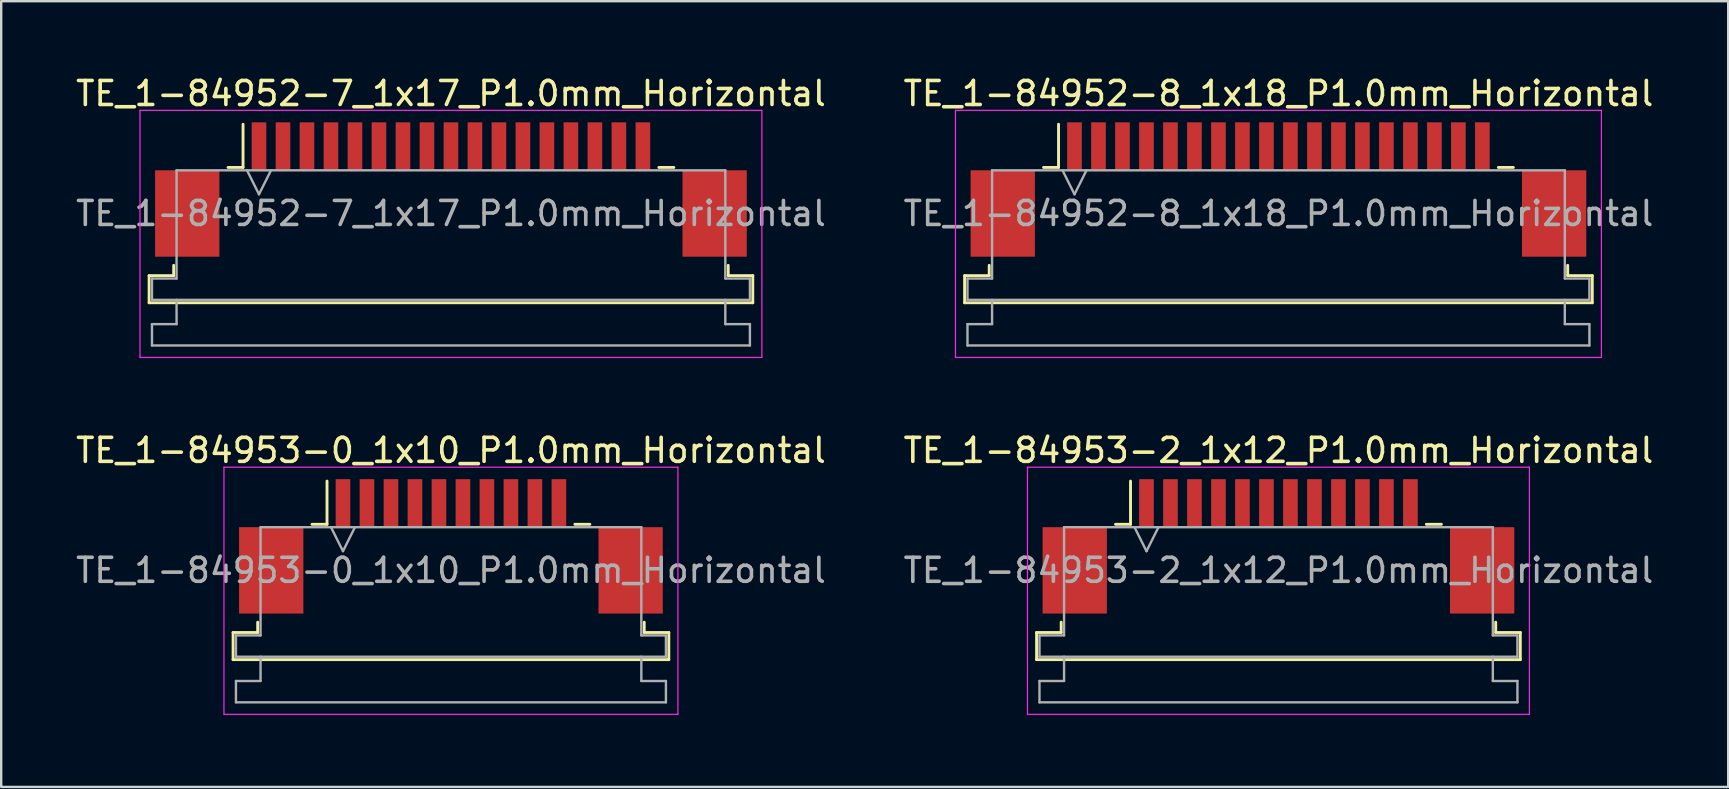
<source format=kicad_pcb>
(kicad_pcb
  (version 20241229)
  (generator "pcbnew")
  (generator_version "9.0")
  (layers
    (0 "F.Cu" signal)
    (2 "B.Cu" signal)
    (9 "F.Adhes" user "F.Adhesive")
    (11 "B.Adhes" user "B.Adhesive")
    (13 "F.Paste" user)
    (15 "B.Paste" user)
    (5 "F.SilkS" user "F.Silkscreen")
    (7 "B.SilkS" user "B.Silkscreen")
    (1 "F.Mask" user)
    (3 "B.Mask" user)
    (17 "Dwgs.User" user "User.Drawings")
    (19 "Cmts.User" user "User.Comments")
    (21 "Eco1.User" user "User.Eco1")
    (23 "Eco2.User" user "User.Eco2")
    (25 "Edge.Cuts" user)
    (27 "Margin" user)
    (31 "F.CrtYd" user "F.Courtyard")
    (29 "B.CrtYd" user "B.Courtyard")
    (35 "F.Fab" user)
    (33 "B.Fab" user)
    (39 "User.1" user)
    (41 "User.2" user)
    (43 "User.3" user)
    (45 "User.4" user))
  (footprint "TE_1-84953-0_1x10_P1.0mm_Horizontal"
    (layer "F.Cu")
    (at 15.744 19.721)
    (property "Reference" "TE_1-84953-0_1x10_P1.0mm_Horizontal" (at 0 -4 0) (layer "F.SilkS") (effects (font (size 1 1) (thickness 0.15))))
    (attr smd)
    (fp_line (start -9.08 3.59) (end -8.055 3.59) (stroke (width 0.12) (type solid)) (layer "F.SilkS"))
    (fp_line (start -9.08 4.72) (end -9.08 3.59) (stroke (width 0.12) (type solid)) (layer "F.SilkS"))
    (fp_line (start -8.055 3.59) (end -8.055 3.16) (stroke (width 0.12) (type solid)) (layer "F.SilkS"))
    (fp_line (start -5.79 -0.92) (end -5.165 -0.92) (stroke (width 0.12) (type solid)) (layer "F.SilkS"))
    (fp_line (start -5.165 -0.92) (end -5.165 -2.72) (stroke (width 0.12) (type solid)) (layer "F.SilkS"))
    (fp_line (start 5.165 -0.92) (end 5.79 -0.92) (stroke (width 0.12) (type solid)) (layer "F.SilkS"))
    (fp_line (start 8.055 3.16) (end 8.055 3.59) (stroke (width 0.12) (type solid)) (layer "F.SilkS"))
    (fp_line (start 8.055 3.59) (end 9.08 3.59) (stroke (width 0.12) (type solid)) (layer "F.SilkS"))
    (fp_line (start 9.08 3.59) (end 9.08 4.72) (stroke (width 0.12) (type solid)) (layer "F.SilkS"))
    (fp_line (start 9.08 4.72) (end -9.08 4.72) (stroke (width 0.12) (type solid)) (layer "F.SilkS"))
    (fp_line (start -9.46 -3.3) (end -9.46 7) (stroke (width 0.05) (type solid)) (layer "F.CrtYd"))
    (fp_line (start -9.46 7) (end 9.46 7) (stroke (width 0.05) (type solid)) (layer "F.CrtYd"))
    (fp_line (start 9.46 -3.3) (end -9.46 -3.3) (stroke (width 0.05) (type solid)) (layer "F.CrtYd"))
    (fp_line (start 9.46 7) (end 9.46 -3.3) (stroke (width 0.05) (type solid)) (layer "F.CrtYd"))
    (fp_line (start -8.96 3.71) (end -7.935 3.71) (stroke (width 0.1) (type solid)) (layer "F.Fab"))
    (fp_line (start -8.96 4.6) (end -8.96 3.71) (stroke (width 0.1) (type solid)) (layer "F.Fab"))
    (fp_line (start -8.96 5.61) (end -7.935 5.61) (stroke (width 0.1) (type solid)) (layer "F.Fab"))
    (fp_line (start -8.96 6.5) (end -8.96 5.61) (stroke (width 0.1) (type solid)) (layer "F.Fab"))
    (fp_line (start -7.935 -0.8) (end 7.935 -0.8) (stroke (width 0.1) (type solid)) (layer "F.Fab"))
    (fp_line (start -7.935 3.71) (end -7.935 -0.8) (stroke (width 0.1) (type solid)) (layer "F.Fab"))
    (fp_line (start -7.935 5.61) (end -7.935 4.6) (stroke (width 0.1) (type solid)) (layer "F.Fab"))
    (fp_line (start -5 -0.8) (end -4.5 0.2) (stroke (width 0.1) (type solid)) (layer "F.Fab"))
    (fp_line (start -4.5 0.2) (end -4 -0.8) (stroke (width 0.1) (type solid)) (layer "F.Fab"))
    (fp_line (start 7.935 -0.8) (end 7.935 3.71) (stroke (width 0.1) (type solid)) (layer "F.Fab"))
    (fp_line (start 7.935 3.71) (end 8.96 3.71) (stroke (width 0.1) (type solid)) (layer "F.Fab"))
    (fp_line (start 7.935 4.6) (end 7.935 5.61) (stroke (width 0.1) (type solid)) (layer "F.Fab"))
    (fp_line (start 7.935 5.61) (end 8.96 5.61) (stroke (width 0.1) (type solid)) (layer "F.Fab"))
    (fp_line (start 8.96 3.71) (end 8.96 4.6) (stroke (width 0.1) (type solid)) (layer "F.Fab"))
    (fp_line (start 8.96 4.6) (end -8.96 4.6) (stroke (width 0.1) (type solid)) (layer "F.Fab"))
    (fp_line (start 8.96 5.61) (end 8.96 6.5) (stroke (width 0.1) (type solid)) (layer "F.Fab"))
    (fp_line (start 8.96 6.5) (end -8.96 6.5) (stroke (width 0.1) (type solid)) (layer "F.Fab"))
    (fp_text user "${REFERENCE}" (at 0 1 0) (layer "F.Fab") (effects (font (size 1 1) (thickness 0.15))))
    (pad "" smd rect (at -7.49 1) (size 2.68 3.6) (layers "F.Cu" "F.Mask" "F.Paste"))
    (pad "" smd rect (at 7.49 1) (size 2.68 3.6) (layers "F.Cu" "F.Mask" "F.Paste"))
    (pad "1" smd rect (at -4.5 -1.8) (size 0.61 2) (layers "F.Cu" "F.Mask" "F.Paste"))
    (pad "2" smd rect (at -3.5 -1.8) (size 0.61 2) (layers "F.Cu" "F.Mask" "F.Paste"))
    (pad "3" smd rect (at -2.5 -1.8) (size 0.61 2) (layers "F.Cu" "F.Mask" "F.Paste"))
    (pad "4" smd rect (at -1.5 -1.8) (size 0.61 2) (layers "F.Cu" "F.Mask" "F.Paste"))
    (pad "5" smd rect (at -0.5 -1.8) (size 0.61 2) (layers "F.Cu" "F.Mask" "F.Paste"))
    (pad "6" smd rect (at 0.5 -1.8) (size 0.61 2) (layers "F.Cu" "F.Mask" "F.Paste"))
    (pad "7" smd rect (at 1.5 -1.8) (size 0.61 2) (layers "F.Cu" "F.Mask" "F.Paste"))
    (pad "8" smd rect (at 2.5 -1.8) (size 0.61 2) (layers "F.Cu" "F.Mask" "F.Paste"))
    (pad "9" smd rect (at 3.5 -1.8) (size 0.61 2) (layers "F.Cu" "F.Mask" "F.Paste"))
    (pad "10" smd rect (at 4.5 -1.8) (size 0.61 2) (layers "F.Cu" "F.Mask" "F.Paste")))
  (footprint "TE_1-84953-2_1x12_P1.0mm_Horizontal"
    (layer "F.Cu")
    (at 50.232 19.721)
    (property "Reference" "TE_1-84953-2_1x12_P1.0mm_Horizontal" (at 0 -4 0) (layer "F.SilkS") (effects (font (size 1 1) (thickness 0.15))))
    (attr smd)
    (fp_line (start -10.08 3.59) (end -9.055 3.59) (stroke (width 0.12) (type solid)) (layer "F.SilkS"))
    (fp_line (start -10.08 4.72) (end -10.08 3.59) (stroke (width 0.12) (type solid)) (layer "F.SilkS"))
    (fp_line (start -9.055 3.59) (end -9.055 3.16) (stroke (width 0.12) (type solid)) (layer "F.SilkS"))
    (fp_line (start -6.79 -0.92) (end -6.165 -0.92) (stroke (width 0.12) (type solid)) (layer "F.SilkS"))
    (fp_line (start -6.165 -0.92) (end -6.165 -2.72) (stroke (width 0.12) (type solid)) (layer "F.SilkS"))
    (fp_line (start 6.165 -0.92) (end 6.79 -0.92) (stroke (width 0.12) (type solid)) (layer "F.SilkS"))
    (fp_line (start 9.055 3.16) (end 9.055 3.59) (stroke (width 0.12) (type solid)) (layer "F.SilkS"))
    (fp_line (start 9.055 3.59) (end 10.08 3.59) (stroke (width 0.12) (type solid)) (layer "F.SilkS"))
    (fp_line (start 10.08 3.59) (end 10.08 4.72) (stroke (width 0.12) (type solid)) (layer "F.SilkS"))
    (fp_line (start 10.08 4.72) (end -10.08 4.72) (stroke (width 0.12) (type solid)) (layer "F.SilkS"))
    (fp_line (start -10.46 -3.3) (end -10.46 7) (stroke (width 0.05) (type solid)) (layer "F.CrtYd"))
    (fp_line (start -10.46 7) (end 10.46 7) (stroke (width 0.05) (type solid)) (layer "F.CrtYd"))
    (fp_line (start 10.46 -3.3) (end -10.46 -3.3) (stroke (width 0.05) (type solid)) (layer "F.CrtYd"))
    (fp_line (start 10.46 7) (end 10.46 -3.3) (stroke (width 0.05) (type solid)) (layer "F.CrtYd"))
    (fp_line (start -9.96 3.71) (end -8.935 3.71) (stroke (width 0.1) (type solid)) (layer "F.Fab"))
    (fp_line (start -9.96 4.6) (end -9.96 3.71) (stroke (width 0.1) (type solid)) (layer "F.Fab"))
    (fp_line (start -9.96 5.61) (end -8.935 5.61) (stroke (width 0.1) (type solid)) (layer "F.Fab"))
    (fp_line (start -9.96 6.5) (end -9.96 5.61) (stroke (width 0.1) (type solid)) (layer "F.Fab"))
    (fp_line (start -8.935 -0.8) (end 8.935 -0.8) (stroke (width 0.1) (type solid)) (layer "F.Fab"))
    (fp_line (start -8.935 3.71) (end -8.935 -0.8) (stroke (width 0.1) (type solid)) (layer "F.Fab"))
    (fp_line (start -8.935 5.61) (end -8.935 4.6) (stroke (width 0.1) (type solid)) (layer "F.Fab"))
    (fp_line (start -6 -0.8) (end -5.5 0.2) (stroke (width 0.1) (type solid)) (layer "F.Fab"))
    (fp_line (start -5.5 0.2) (end -5 -0.8) (stroke (width 0.1) (type solid)) (layer "F.Fab"))
    (fp_line (start 8.935 -0.8) (end 8.935 3.71) (stroke (width 0.1) (type solid)) (layer "F.Fab"))
    (fp_line (start 8.935 3.71) (end 9.96 3.71) (stroke (width 0.1) (type solid)) (layer "F.Fab"))
    (fp_line (start 8.935 4.6) (end 8.935 5.61) (stroke (width 0.1) (type solid)) (layer "F.Fab"))
    (fp_line (start 8.935 5.61) (end 9.96 5.61) (stroke (width 0.1) (type solid)) (layer "F.Fab"))
    (fp_line (start 9.96 3.71) (end 9.96 4.6) (stroke (width 0.1) (type solid)) (layer "F.Fab"))
    (fp_line (start 9.96 4.6) (end -9.96 4.6) (stroke (width 0.1) (type solid)) (layer "F.Fab"))
    (fp_line (start 9.96 5.61) (end 9.96 6.5) (stroke (width 0.1) (type solid)) (layer "F.Fab"))
    (fp_line (start 9.96 6.5) (end -9.96 6.5) (stroke (width 0.1) (type solid)) (layer "F.Fab"))
    (fp_text user "${REFERENCE}" (at 0 1 0) (layer "F.Fab") (effects (font (size 1 1) (thickness 0.15))))
    (pad "" smd rect (at -8.49 1) (size 2.68 3.6) (layers "F.Cu" "F.Mask" "F.Paste"))
    (pad "" smd rect (at 8.49 1) (size 2.68 3.6) (layers "F.Cu" "F.Mask" "F.Paste"))
    (pad "1" smd rect (at -5.5 -1.8) (size 0.61 2) (layers "F.Cu" "F.Mask" "F.Paste"))
    (pad "2" smd rect (at -4.5 -1.8) (size 0.61 2) (layers "F.Cu" "F.Mask" "F.Paste"))
    (pad "3" smd rect (at -3.5 -1.8) (size 0.61 2) (layers "F.Cu" "F.Mask" "F.Paste"))
    (pad "4" smd rect (at -2.5 -1.8) (size 0.61 2) (layers "F.Cu" "F.Mask" "F.Paste"))
    (pad "5" smd rect (at -1.5 -1.8) (size 0.61 2) (layers "F.Cu" "F.Mask" "F.Paste"))
    (pad "6" smd rect (at -0.5 -1.8) (size 0.61 2) (layers "F.Cu" "F.Mask" "F.Paste"))
    (pad "7" smd rect (at 0.5 -1.8) (size 0.61 2) (layers "F.Cu" "F.Mask" "F.Paste"))
    (pad "8" smd rect (at 1.5 -1.8) (size 0.61 2) (layers "F.Cu" "F.Mask" "F.Paste"))
    (pad "9" smd rect (at 2.5 -1.8) (size 0.61 2) (layers "F.Cu" "F.Mask" "F.Paste"))
    (pad "10" smd rect (at 3.5 -1.8) (size 0.61 2) (layers "F.Cu" "F.Mask" "F.Paste"))
    (pad "11" smd rect (at 4.5 -1.8) (size 0.61 2) (layers "F.Cu" "F.Mask" "F.Paste"))
    (pad "12" smd rect (at 5.5 -1.8) (size 0.61 2) (layers "F.Cu" "F.Mask" "F.Paste")))
  (footprint "TE_1-84952-8_1x18_P1.0mm_Horizontal"
    (layer "F.Cu")
    (at 50.232 4.848)
    (property "Reference" "TE_1-84952-8_1x18_P1.0mm_Horizontal" (at 0 -4 0) (layer "F.SilkS") (effects (font (size 1 1) (thickness 0.15))))
    (attr smd)
    (fp_line (start -13.08 3.59) (end -12.055 3.59) (stroke (width 0.12) (type solid)) (layer "F.SilkS"))
    (fp_line (start -13.08 4.72) (end -13.08 3.59) (stroke (width 0.12) (type solid)) (layer "F.SilkS"))
    (fp_line (start -12.055 3.59) (end -12.055 3.16) (stroke (width 0.12) (type solid)) (layer "F.SilkS"))
    (fp_line (start -9.79 -0.92) (end -9.165 -0.92) (stroke (width 0.12) (type solid)) (layer "F.SilkS"))
    (fp_line (start -9.165 -0.92) (end -9.165 -2.72) (stroke (width 0.12) (type solid)) (layer "F.SilkS"))
    (fp_line (start 9.165 -0.92) (end 9.79 -0.92) (stroke (width 0.12) (type solid)) (layer "F.SilkS"))
    (fp_line (start 12.055 3.16) (end 12.055 3.59) (stroke (width 0.12) (type solid)) (layer "F.SilkS"))
    (fp_line (start 12.055 3.59) (end 13.08 3.59) (stroke (width 0.12) (type solid)) (layer "F.SilkS"))
    (fp_line (start 13.08 3.59) (end 13.08 4.72) (stroke (width 0.12) (type solid)) (layer "F.SilkS"))
    (fp_line (start 13.08 4.72) (end -13.08 4.72) (stroke (width 0.12) (type solid)) (layer "F.SilkS"))
    (fp_line (start -13.46 -3.3) (end -13.46 7) (stroke (width 0.05) (type solid)) (layer "F.CrtYd"))
    (fp_line (start -13.46 7) (end 13.46 7) (stroke (width 0.05) (type solid)) (layer "F.CrtYd"))
    (fp_line (start 13.46 -3.3) (end -13.46 -3.3) (stroke (width 0.05) (type solid)) (layer "F.CrtYd"))
    (fp_line (start 13.46 7) (end 13.46 -3.3) (stroke (width 0.05) (type solid)) (layer "F.CrtYd"))
    (fp_line (start -12.96 3.71) (end -11.935 3.71) (stroke (width 0.1) (type solid)) (layer "F.Fab"))
    (fp_line (start -12.96 4.6) (end -12.96 3.71) (stroke (width 0.1) (type solid)) (layer "F.Fab"))
    (fp_line (start -12.96 5.61) (end -11.935 5.61) (stroke (width 0.1) (type solid)) (layer "F.Fab"))
    (fp_line (start -12.96 6.5) (end -12.96 5.61) (stroke (width 0.1) (type solid)) (layer "F.Fab"))
    (fp_line (start -11.935 -0.8) (end 11.935 -0.8) (stroke (width 0.1) (type solid)) (layer "F.Fab"))
    (fp_line (start -11.935 3.71) (end -11.935 -0.8) (stroke (width 0.1) (type solid)) (layer "F.Fab"))
    (fp_line (start -11.935 5.61) (end -11.935 4.6) (stroke (width 0.1) (type solid)) (layer "F.Fab"))
    (fp_line (start -9 -0.8) (end -8.5 0.2) (stroke (width 0.1) (type solid)) (layer "F.Fab"))
    (fp_line (start -8.5 0.2) (end -8 -0.8) (stroke (width 0.1) (type solid)) (layer "F.Fab"))
    (fp_line (start 11.935 -0.8) (end 11.935 3.71) (stroke (width 0.1) (type solid)) (layer "F.Fab"))
    (fp_line (start 11.935 3.71) (end 12.96 3.71) (stroke (width 0.1) (type solid)) (layer "F.Fab"))
    (fp_line (start 11.935 4.6) (end 11.935 5.61) (stroke (width 0.1) (type solid)) (layer "F.Fab"))
    (fp_line (start 11.935 5.61) (end 12.96 5.61) (stroke (width 0.1) (type solid)) (layer "F.Fab"))
    (fp_line (start 12.96 3.71) (end 12.96 4.6) (stroke (width 0.1) (type solid)) (layer "F.Fab"))
    (fp_line (start 12.96 4.6) (end -12.96 4.6) (stroke (width 0.1) (type solid)) (layer "F.Fab"))
    (fp_line (start 12.96 5.61) (end 12.96 6.5) (stroke (width 0.1) (type solid)) (layer "F.Fab"))
    (fp_line (start 12.96 6.5) (end -12.96 6.5) (stroke (width 0.1) (type solid)) (layer "F.Fab"))
    (fp_text user "${REFERENCE}" (at 0 1 0) (layer "F.Fab") (effects (font (size 1 1) (thickness 0.15))))
    (pad "" smd rect (at -11.49 1) (size 2.68 3.6) (layers "F.Cu" "F.Mask" "F.Paste"))
    (pad "" smd rect (at 11.49 1) (size 2.68 3.6) (layers "F.Cu" "F.Mask" "F.Paste"))
    (pad "1" smd rect (at -8.5 -1.8) (size 0.61 2) (layers "F.Cu" "F.Mask" "F.Paste"))
    (pad "2" smd rect (at -7.5 -1.8) (size 0.61 2) (layers "F.Cu" "F.Mask" "F.Paste"))
    (pad "3" smd rect (at -6.5 -1.8) (size 0.61 2) (layers "F.Cu" "F.Mask" "F.Paste"))
    (pad "4" smd rect (at -5.5 -1.8) (size 0.61 2) (layers "F.Cu" "F.Mask" "F.Paste"))
    (pad "5" smd rect (at -4.5 -1.8) (size 0.61 2) (layers "F.Cu" "F.Mask" "F.Paste"))
    (pad "6" smd rect (at -3.5 -1.8) (size 0.61 2) (layers "F.Cu" "F.Mask" "F.Paste"))
    (pad "7" smd rect (at -2.5 -1.8) (size 0.61 2) (layers "F.Cu" "F.Mask" "F.Paste"))
    (pad "8" smd rect (at -1.5 -1.8) (size 0.61 2) (layers "F.Cu" "F.Mask" "F.Paste"))
    (pad "9" smd rect (at -0.5 -1.8) (size 0.61 2) (layers "F.Cu" "F.Mask" "F.Paste"))
    (pad "10" smd rect (at 0.5 -1.8) (size 0.61 2) (layers "F.Cu" "F.Mask" "F.Paste"))
    (pad "11" smd rect (at 1.5 -1.8) (size 0.61 2) (layers "F.Cu" "F.Mask" "F.Paste"))
    (pad "12" smd rect (at 2.5 -1.8) (size 0.61 2) (layers "F.Cu" "F.Mask" "F.Paste"))
    (pad "13" smd rect (at 3.5 -1.8) (size 0.61 2) (layers "F.Cu" "F.Mask" "F.Paste"))
    (pad "14" smd rect (at 4.5 -1.8) (size 0.61 2) (layers "F.Cu" "F.Mask" "F.Paste"))
    (pad "15" smd rect (at 5.5 -1.8) (size 0.61 2) (layers "F.Cu" "F.Mask" "F.Paste"))
    (pad "16" smd rect (at 6.5 -1.8) (size 0.61 2) (layers "F.Cu" "F.Mask" "F.Paste"))
    (pad "17" smd rect (at 7.5 -1.8) (size 0.61 2) (layers "F.Cu" "F.Mask" "F.Paste"))
    (pad "18" smd rect (at 8.5 -1.8) (size 0.61 2) (layers "F.Cu" "F.Mask" "F.Paste")))
  (footprint "TE_1-84952-7_1x17_P1.0mm_Horizontal"
    (layer "F.Cu")
    (at 15.744 4.848)
    (property "Reference" "TE_1-84952-7_1x17_P1.0mm_Horizontal" (at 0 -4 0) (layer "F.SilkS") (effects (font (size 1 1) (thickness 0.15))))
    (attr smd)
    (fp_line (start -12.58 3.59) (end -11.555 3.59) (stroke (width 0.12) (type solid)) (layer "F.SilkS"))
    (fp_line (start -12.58 4.72) (end -12.58 3.59) (stroke (width 0.12) (type solid)) (layer "F.SilkS"))
    (fp_line (start -11.555 3.59) (end -11.555 3.16) (stroke (width 0.12) (type solid)) (layer "F.SilkS"))
    (fp_line (start -9.29 -0.92) (end -8.665 -0.92) (stroke (width 0.12) (type solid)) (layer "F.SilkS"))
    (fp_line (start -8.665 -0.92) (end -8.665 -2.72) (stroke (width 0.12) (type solid)) (layer "F.SilkS"))
    (fp_line (start 8.665 -0.92) (end 9.29 -0.92) (stroke (width 0.12) (type solid)) (layer "F.SilkS"))
    (fp_line (start 11.555 3.16) (end 11.555 3.59) (stroke (width 0.12) (type solid)) (layer "F.SilkS"))
    (fp_line (start 11.555 3.59) (end 12.58 3.59) (stroke (width 0.12) (type solid)) (layer "F.SilkS"))
    (fp_line (start 12.58 3.59) (end 12.58 4.72) (stroke (width 0.12) (type solid)) (layer "F.SilkS"))
    (fp_line (start 12.58 4.72) (end -12.58 4.72) (stroke (width 0.12) (type solid)) (layer "F.SilkS"))
    (fp_line (start -12.96 -3.3) (end -12.96 7) (stroke (width 0.05) (type solid)) (layer "F.CrtYd"))
    (fp_line (start -12.96 7) (end 12.96 7) (stroke (width 0.05) (type solid)) (layer "F.CrtYd"))
    (fp_line (start 12.96 -3.3) (end -12.96 -3.3) (stroke (width 0.05) (type solid)) (layer "F.CrtYd"))
    (fp_line (start 12.96 7) (end 12.96 -3.3) (stroke (width 0.05) (type solid)) (layer "F.CrtYd"))
    (fp_line (start -12.46 3.71) (end -11.435 3.71) (stroke (width 0.1) (type solid)) (layer "F.Fab"))
    (fp_line (start -12.46 4.6) (end -12.46 3.71) (stroke (width 0.1) (type solid)) (layer "F.Fab"))
    (fp_line (start -12.46 5.61) (end -11.435 5.61) (stroke (width 0.1) (type solid)) (layer "F.Fab"))
    (fp_line (start -12.46 6.5) (end -12.46 5.61) (stroke (width 0.1) (type solid)) (layer "F.Fab"))
    (fp_line (start -11.435 -0.8) (end 11.435 -0.8) (stroke (width 0.1) (type solid)) (layer "F.Fab"))
    (fp_line (start -11.435 3.71) (end -11.435 -0.8) (stroke (width 0.1) (type solid)) (layer "F.Fab"))
    (fp_line (start -11.435 5.61) (end -11.435 4.6) (stroke (width 0.1) (type solid)) (layer "F.Fab"))
    (fp_line (start -8.5 -0.8) (end -8 0.2) (stroke (width 0.1) (type solid)) (layer "F.Fab"))
    (fp_line (start -8 0.2) (end -7.5 -0.8) (stroke (width 0.1) (type solid)) (layer "F.Fab"))
    (fp_line (start 11.435 -0.8) (end 11.435 3.71) (stroke (width 0.1) (type solid)) (layer "F.Fab"))
    (fp_line (start 11.435 3.71) (end 12.46 3.71) (stroke (width 0.1) (type solid)) (layer "F.Fab"))
    (fp_line (start 11.435 4.6) (end 11.435 5.61) (stroke (width 0.1) (type solid)) (layer "F.Fab"))
    (fp_line (start 11.435 5.61) (end 12.46 5.61) (stroke (width 0.1) (type solid)) (layer "F.Fab"))
    (fp_line (start 12.46 3.71) (end 12.46 4.6) (stroke (width 0.1) (type solid)) (layer "F.Fab"))
    (fp_line (start 12.46 4.6) (end -12.46 4.6) (stroke (width 0.1) (type solid)) (layer "F.Fab"))
    (fp_line (start 12.46 5.61) (end 12.46 6.5) (stroke (width 0.1) (type solid)) (layer "F.Fab"))
    (fp_line (start 12.46 6.5) (end -12.46 6.5) (stroke (width 0.1) (type solid)) (layer "F.Fab"))
    (fp_text user "${REFERENCE}" (at 0 1 0) (layer "F.Fab") (effects (font (size 1 1) (thickness 0.15))))
    (pad "" smd rect (at -10.99 1) (size 2.68 3.6) (layers "F.Cu" "F.Mask" "F.Paste"))
    (pad "" smd rect (at 10.99 1) (size 2.68 3.6) (layers "F.Cu" "F.Mask" "F.Paste"))
    (pad "1" smd rect (at -8 -1.8) (size 0.61 2) (layers "F.Cu" "F.Mask" "F.Paste"))
    (pad "2" smd rect (at -7 -1.8) (size 0.61 2) (layers "F.Cu" "F.Mask" "F.Paste"))
    (pad "3" smd rect (at -6 -1.8) (size 0.61 2) (layers "F.Cu" "F.Mask" "F.Paste"))
    (pad "4" smd rect (at -5 -1.8) (size 0.61 2) (layers "F.Cu" "F.Mask" "F.Paste"))
    (pad "5" smd rect (at -4 -1.8) (size 0.61 2) (layers "F.Cu" "F.Mask" "F.Paste"))
    (pad "6" smd rect (at -3 -1.8) (size 0.61 2) (layers "F.Cu" "F.Mask" "F.Paste"))
    (pad "7" smd rect (at -2 -1.8) (size 0.61 2) (layers "F.Cu" "F.Mask" "F.Paste"))
    (pad "8" smd rect (at -1 -1.8) (size 0.61 2) (layers "F.Cu" "F.Mask" "F.Paste"))
    (pad "9" smd rect (at 0 -1.8) (size 0.61 2) (layers "F.Cu" "F.Mask" "F.Paste"))
    (pad "10" smd rect (at 1 -1.8) (size 0.61 2) (layers "F.Cu" "F.Mask" "F.Paste"))
    (pad "11" smd rect (at 2 -1.8) (size 0.61 2) (layers "F.Cu" "F.Mask" "F.Paste"))
    (pad "12" smd rect (at 3 -1.8) (size 0.61 2) (layers "F.Cu" "F.Mask" "F.Paste"))
    (pad "13" smd rect (at 4 -1.8) (size 0.61 2) (layers "F.Cu" "F.Mask" "F.Paste"))
    (pad "14" smd rect (at 5 -1.8) (size 0.61 2) (layers "F.Cu" "F.Mask" "F.Paste"))
    (pad "15" smd rect (at 6 -1.8) (size 0.61 2) (layers "F.Cu" "F.Mask" "F.Paste"))
    (pad "16" smd rect (at 7 -1.8) (size 0.61 2) (layers "F.Cu" "F.Mask" "F.Paste"))
    (pad "17" smd rect (at 8 -1.8) (size 0.61 2) (layers "F.Cu" "F.Mask" "F.Paste")))
  (gr_rect
    (start -3 -3)
    (end 68.976 29.747)
    (stroke (width 0.1) (type default))
    (fill no)
    (layer "Edge.Cuts")))
</source>
